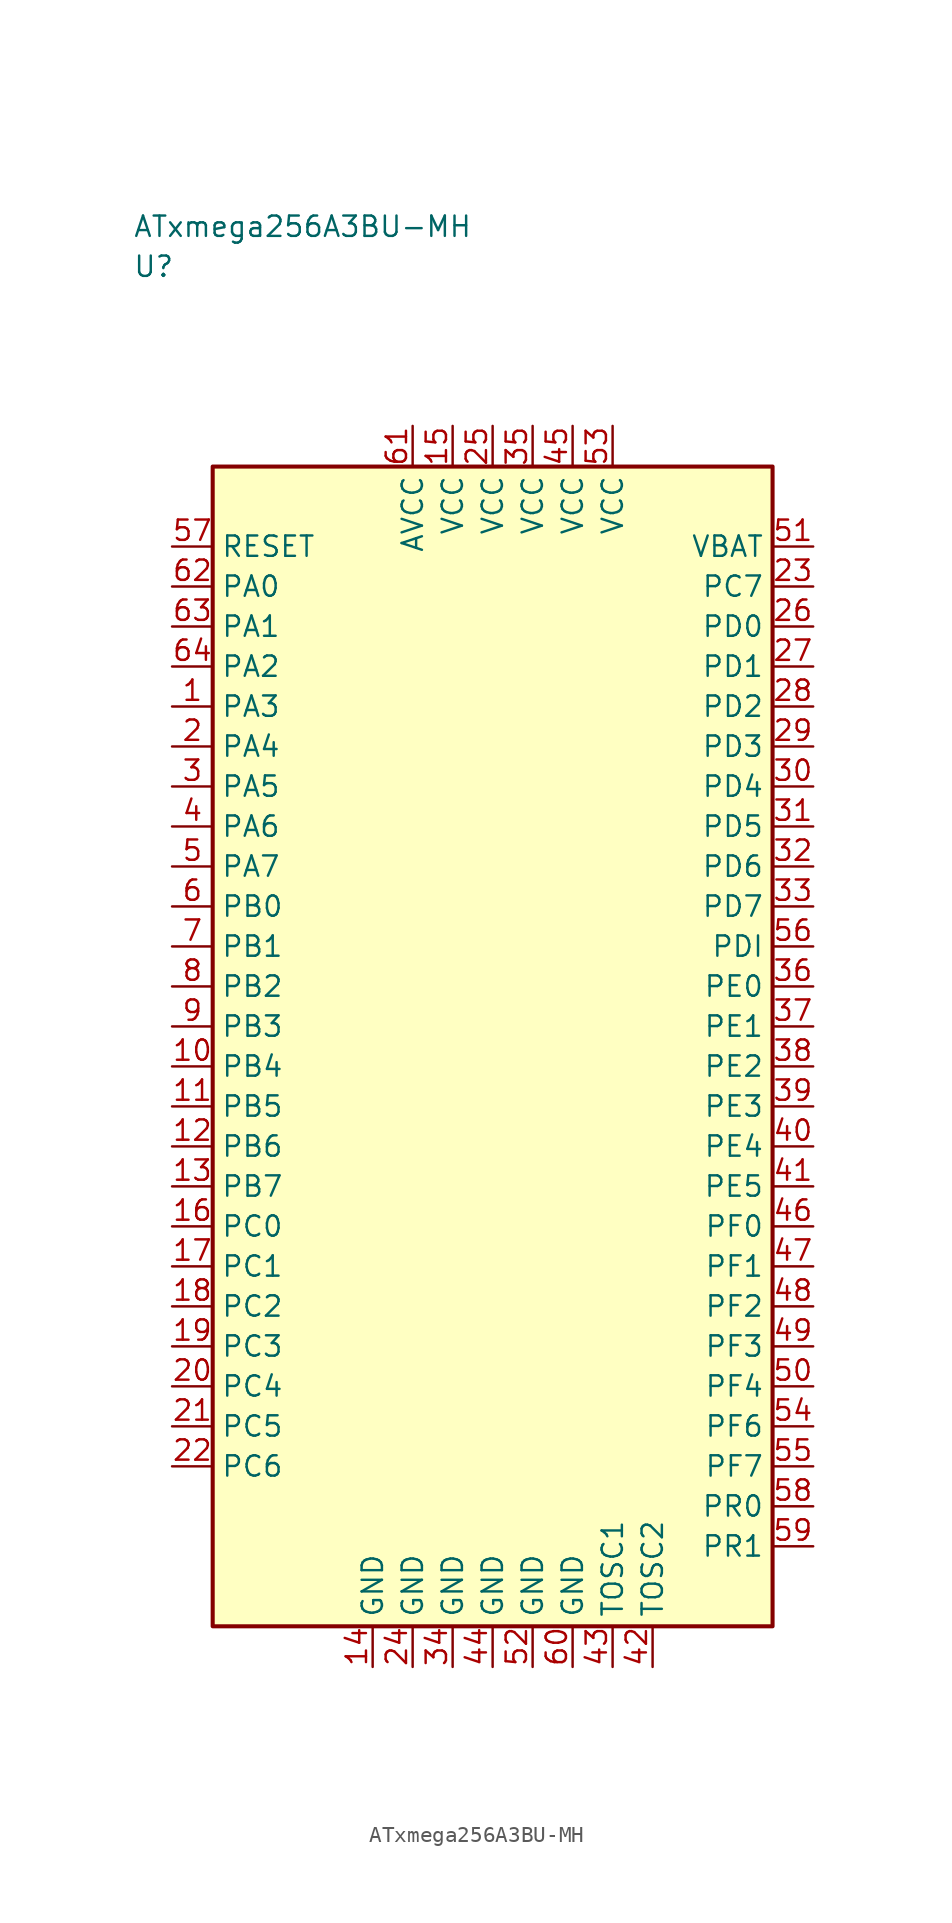
<source format=kicad_sym>
(kicad_symbol_lib
  (version 20241025)
  (generator "kicad_symbol_editor")
  (generator_version "8.0")
  (symbol "ATxmega256A3BU-MH"
    (property "Reference" "U"
      (at -22.5 48.75 0)
      (effects (font (size 1.27 1.27)) (justify left)))
    (property "Value" "ATxmega256A3BU-MH"
      (at -22.5 51.25 0)
      (effects (font (size 1.27 1.27)) (justify left)))
    (symbol "ATxmega256A3BU-MH_0_1"
      (rectangle (start -17.5 36.25) (end 17.5 -36.25) (stroke (width 0.254) (type default)) (fill (type background))))
    (symbol "ATxmega256A3BU-MH_1_1"
      (pin bidirectional line (at -20.04 21.25 0.0) (length 2.54) (name "PA3" (effects (font (size 1.27 1.27)))) (number "1" (effects (font (size 1.27 1.27)))))
      (pin bidirectional line (at -20.04 18.75 0.0) (length 2.54) (name "PA4" (effects (font (size 1.27 1.27)))) (number "2" (effects (font (size 1.27 1.27)))))
      (pin bidirectional line (at -20.04 16.25 0.0) (length 2.54) (name "PA5" (effects (font (size 1.27 1.27)))) (number "3" (effects (font (size 1.27 1.27)))))
      (pin bidirectional line (at -20.04 13.75 0.0) (length 2.54) (name "PA6" (effects (font (size 1.27 1.27)))) (number "4" (effects (font (size 1.27 1.27)))))
      (pin bidirectional line (at -20.04 11.25 0.0) (length 2.54) (name "PA7" (effects (font (size 1.27 1.27)))) (number "5" (effects (font (size 1.27 1.27)))))
      (pin bidirectional line (at -20.04 8.75 0.0) (length 2.54) (name "PB0" (effects (font (size 1.27 1.27)))) (number "6" (effects (font (size 1.27 1.27)))))
      (pin bidirectional line (at -20.04 6.25 0.0) (length 2.54) (name "PB1" (effects (font (size 1.27 1.27)))) (number "7" (effects (font (size 1.27 1.27)))))
      (pin bidirectional line (at -20.04 3.75 0.0) (length 2.54) (name "PB2" (effects (font (size 1.27 1.27)))) (number "8" (effects (font (size 1.27 1.27)))))
      (pin bidirectional line (at -20.04 1.25 0.0) (length 2.54) (name "PB3" (effects (font (size 1.27 1.27)))) (number "9" (effects (font (size 1.27 1.27)))))
      (pin bidirectional line (at -20.04 -1.25 0.0) (length 2.54) (name "PB4" (effects (font (size 1.27 1.27)))) (number "10" (effects (font (size 1.27 1.27)))))
      (pin bidirectional line (at -20.04 -3.75 0.0) (length 2.54) (name "PB5" (effects (font (size 1.27 1.27)))) (number "11" (effects (font (size 1.27 1.27)))))
      (pin bidirectional line (at -20.04 -6.25 0.0) (length 2.54) (name "PB6" (effects (font (size 1.27 1.27)))) (number "12" (effects (font (size 1.27 1.27)))))
      (pin bidirectional line (at -20.04 -8.75 0.0) (length 2.54) (name "PB7" (effects (font (size 1.27 1.27)))) (number "13" (effects (font (size 1.27 1.27)))))
      (pin passive line (at -7.5 -38.79 90.0) (length 2.54) (name "GND" (effects (font (size 1.27 1.27)))) (number "14" (effects (font (size 1.27 1.27)))))
      (pin power_in line (at -2.5 38.79 270.0) (length 2.54) (name "VCC" (effects (font (size 1.27 1.27)))) (number "15" (effects (font (size 1.27 1.27)))))
      (pin bidirectional line (at -20.04 -11.25 0.0) (length 2.54) (name "PC0" (effects (font (size 1.27 1.27)))) (number "16" (effects (font (size 1.27 1.27)))))
      (pin bidirectional line (at -20.04 -13.75 0.0) (length 2.54) (name "PC1" (effects (font (size 1.27 1.27)))) (number "17" (effects (font (size 1.27 1.27)))))
      (pin bidirectional line (at -20.04 -16.25 0.0) (length 2.54) (name "PC2" (effects (font (size 1.27 1.27)))) (number "18" (effects (font (size 1.27 1.27)))))
      (pin bidirectional line (at -20.04 -18.75 0.0) (length 2.54) (name "PC3" (effects (font (size 1.27 1.27)))) (number "19" (effects (font (size 1.27 1.27)))))
      (pin bidirectional line (at -20.04 -21.25 0.0) (length 2.54) (name "PC4" (effects (font (size 1.27 1.27)))) (number "20" (effects (font (size 1.27 1.27)))))
      (pin bidirectional line (at -20.04 -23.75 0.0) (length 2.54) (name "PC5" (effects (font (size 1.27 1.27)))) (number "21" (effects (font (size 1.27 1.27)))))
      (pin bidirectional line (at -20.04 -26.25 0.0) (length 2.54) (name "PC6" (effects (font (size 1.27 1.27)))) (number "22" (effects (font (size 1.27 1.27)))))
      (pin bidirectional line (at 20.04 28.75 180.0) (length 2.54) (name "PC7" (effects (font (size 1.27 1.27)))) (number "23" (effects (font (size 1.27 1.27)))))
      (pin passive line (at -5.0 -38.79 90.0) (length 2.54) (name "GND" (effects (font (size 1.27 1.27)))) (number "24" (effects (font (size 1.27 1.27)))))
      (pin power_in line (at 0.0 38.79 270.0) (length 2.54) (name "VCC" (effects (font (size 1.27 1.27)))) (number "25" (effects (font (size 1.27 1.27)))))
      (pin bidirectional line (at 20.04 26.25 180.0) (length 2.54) (name "PD0" (effects (font (size 1.27 1.27)))) (number "26" (effects (font (size 1.27 1.27)))))
      (pin bidirectional line (at 20.04 23.75 180.0) (length 2.54) (name "PD1" (effects (font (size 1.27 1.27)))) (number "27" (effects (font (size 1.27 1.27)))))
      (pin bidirectional line (at 20.04 21.25 180.0) (length 2.54) (name "PD2" (effects (font (size 1.27 1.27)))) (number "28" (effects (font (size 1.27 1.27)))))
      (pin bidirectional line (at 20.04 18.75 180.0) (length 2.54) (name "PD3" (effects (font (size 1.27 1.27)))) (number "29" (effects (font (size 1.27 1.27)))))
      (pin bidirectional line (at 20.04 16.25 180.0) (length 2.54) (name "PD4" (effects (font (size 1.27 1.27)))) (number "30" (effects (font (size 1.27 1.27)))))
      (pin bidirectional line (at 20.04 13.75 180.0) (length 2.54) (name "PD5" (effects (font (size 1.27 1.27)))) (number "31" (effects (font (size 1.27 1.27)))))
      (pin bidirectional line (at 20.04 11.25 180.0) (length 2.54) (name "PD6" (effects (font (size 1.27 1.27)))) (number "32" (effects (font (size 1.27 1.27)))))
      (pin bidirectional line (at 20.04 8.75 180.0) (length 2.54) (name "PD7" (effects (font (size 1.27 1.27)))) (number "33" (effects (font (size 1.27 1.27)))))
      (pin passive line (at -2.5 -38.79 90.0) (length 2.54) (name "GND" (effects (font (size 1.27 1.27)))) (number "34" (effects (font (size 1.27 1.27)))))
      (pin power_in line (at 2.5 38.79 270.0) (length 2.54) (name "VCC" (effects (font (size 1.27 1.27)))) (number "35" (effects (font (size 1.27 1.27)))))
      (pin bidirectional line (at 20.04 3.75 180.0) (length 2.54) (name "PE0" (effects (font (size 1.27 1.27)))) (number "36" (effects (font (size 1.27 1.27)))))
      (pin bidirectional line (at 20.04 1.25 180.0) (length 2.54) (name "PE1" (effects (font (size 1.27 1.27)))) (number "37" (effects (font (size 1.27 1.27)))))
      (pin bidirectional line (at 20.04 -1.25 180.0) (length 2.54) (name "PE2" (effects (font (size 1.27 1.27)))) (number "38" (effects (font (size 1.27 1.27)))))
      (pin bidirectional line (at 20.04 -3.75 180.0) (length 2.54) (name "PE3" (effects (font (size 1.27 1.27)))) (number "39" (effects (font (size 1.27 1.27)))))
      (pin bidirectional line (at 20.04 -6.25 180.0) (length 2.54) (name "PE4" (effects (font (size 1.27 1.27)))) (number "40" (effects (font (size 1.27 1.27)))))
      (pin bidirectional line (at 20.04 -8.75 180.0) (length 2.54) (name "PE5" (effects (font (size 1.27 1.27)))) (number "41" (effects (font (size 1.27 1.27)))))
      (pin passive line (at 10.0 -38.79 90.0) (length 2.54) (name "TOSC2" (effects (font (size 1.27 1.27)))) (number "42" (effects (font (size 1.27 1.27)))))
      (pin passive line (at 7.5 -38.79 90.0) (length 2.54) (name "TOSC1" (effects (font (size 1.27 1.27)))) (number "43" (effects (font (size 1.27 1.27)))))
      (pin passive line (at 0.0 -38.79 90.0) (length 2.54) (name "GND" (effects (font (size 1.27 1.27)))) (number "44" (effects (font (size 1.27 1.27)))))
      (pin power_in line (at 5.0 38.79 270.0) (length 2.54) (name "VCC" (effects (font (size 1.27 1.27)))) (number "45" (effects (font (size 1.27 1.27)))))
      (pin bidirectional line (at 20.04 -11.25 180.0) (length 2.54) (name "PF0" (effects (font (size 1.27 1.27)))) (number "46" (effects (font (size 1.27 1.27)))))
      (pin bidirectional line (at 20.04 -13.75 180.0) (length 2.54) (name "PF1" (effects (font (size 1.27 1.27)))) (number "47" (effects (font (size 1.27 1.27)))))
      (pin bidirectional line (at 20.04 -16.25 180.0) (length 2.54) (name "PF2" (effects (font (size 1.27 1.27)))) (number "48" (effects (font (size 1.27 1.27)))))
      (pin bidirectional line (at 20.04 -18.75 180.0) (length 2.54) (name "PF3" (effects (font (size 1.27 1.27)))) (number "49" (effects (font (size 1.27 1.27)))))
      (pin bidirectional line (at 20.04 -21.25 180.0) (length 2.54) (name "PF4" (effects (font (size 1.27 1.27)))) (number "50" (effects (font (size 1.27 1.27)))))
      (pin output line (at 20.04 31.25 180.0) (length 2.54) (name "VBAT" (effects (font (size 1.27 1.27)))) (number "51" (effects (font (size 1.27 1.27)))))
      (pin passive line (at 2.5 -38.79 90.0) (length 2.54) (name "GND" (effects (font (size 1.27 1.27)))) (number "52" (effects (font (size 1.27 1.27)))))
      (pin power_in line (at 7.5 38.79 270.0) (length 2.54) (name "VCC" (effects (font (size 1.27 1.27)))) (number "53" (effects (font (size 1.27 1.27)))))
      (pin bidirectional line (at 20.04 -23.75 180.0) (length 2.54) (name "PF6" (effects (font (size 1.27 1.27)))) (number "54" (effects (font (size 1.27 1.27)))))
      (pin bidirectional line (at 20.04 -26.25 180.0) (length 2.54) (name "PF7" (effects (font (size 1.27 1.27)))) (number "55" (effects (font (size 1.27 1.27)))))
      (pin bidirectional line (at 20.04 6.25 180.0) (length 2.54) (name "PDI" (effects (font (size 1.27 1.27)))) (number "56" (effects (font (size 1.27 1.27)))))
      (pin input line (at -20.04 31.25 0.0) (length 2.54) (name "RESET" (effects (font (size 1.27 1.27)))) (number "57" (effects (font (size 1.27 1.27)))))
      (pin bidirectional line (at 20.04 -28.75 180.0) (length 2.54) (name "PR0" (effects (font (size 1.27 1.27)))) (number "58" (effects (font (size 1.27 1.27)))))
      (pin bidirectional line (at 20.04 -31.25 180.0) (length 2.54) (name "PR1" (effects (font (size 1.27 1.27)))) (number "59" (effects (font (size 1.27 1.27)))))
      (pin passive line (at 5.0 -38.79 90.0) (length 2.54) (name "GND" (effects (font (size 1.27 1.27)))) (number "60" (effects (font (size 1.27 1.27)))))
      (pin power_in line (at -5.0 38.79 270.0) (length 2.54) (name "AVCC" (effects (font (size 1.27 1.27)))) (number "61" (effects (font (size 1.27 1.27)))))
      (pin bidirectional line (at -20.04 28.75 0.0) (length 2.54) (name "PA0" (effects (font (size 1.27 1.27)))) (number "62" (effects (font (size 1.27 1.27)))))
      (pin bidirectional line (at -20.04 26.25 0.0) (length 2.54) (name "PA1" (effects (font (size 1.27 1.27)))) (number "63" (effects (font (size 1.27 1.27)))))
      (pin bidirectional line (at -20.04 23.75 0.0) (length 2.54) (name "PA2" (effects (font (size 1.27 1.27)))) (number "64" (effects (font (size 1.27 1.27))))))))
</source>
